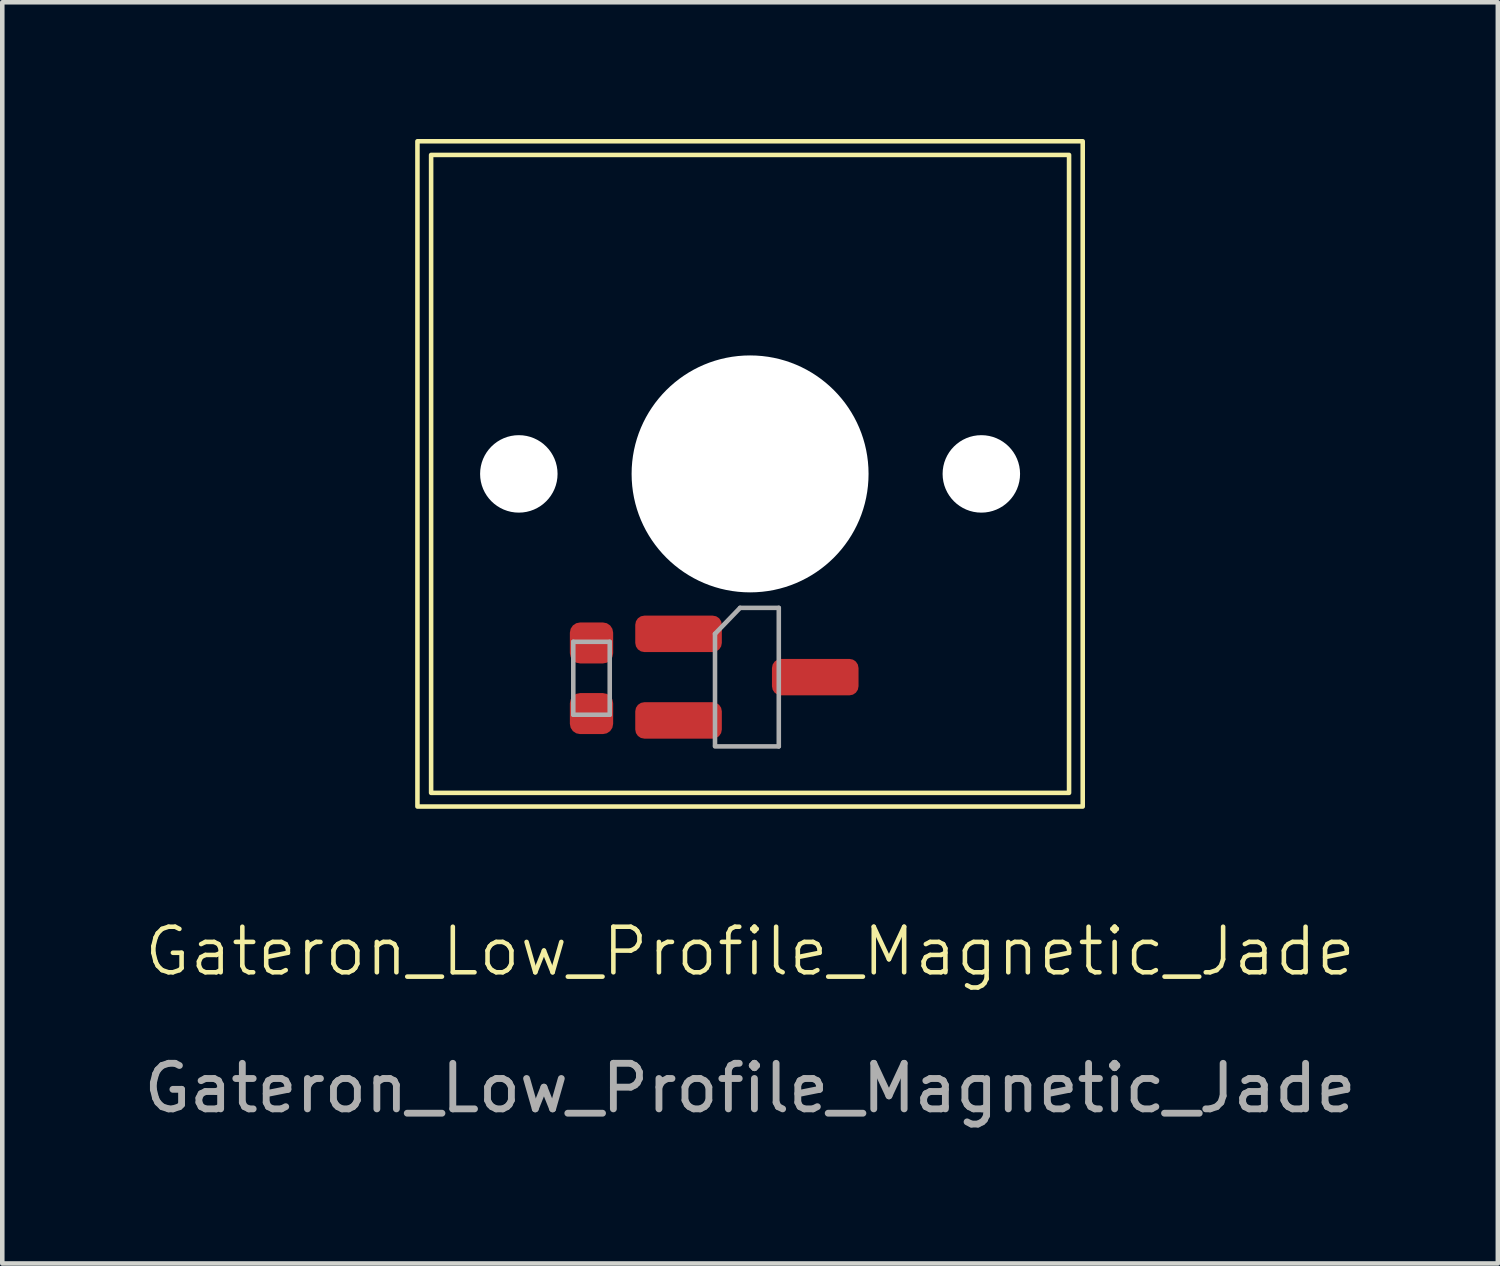
<source format=kicad_pcb>
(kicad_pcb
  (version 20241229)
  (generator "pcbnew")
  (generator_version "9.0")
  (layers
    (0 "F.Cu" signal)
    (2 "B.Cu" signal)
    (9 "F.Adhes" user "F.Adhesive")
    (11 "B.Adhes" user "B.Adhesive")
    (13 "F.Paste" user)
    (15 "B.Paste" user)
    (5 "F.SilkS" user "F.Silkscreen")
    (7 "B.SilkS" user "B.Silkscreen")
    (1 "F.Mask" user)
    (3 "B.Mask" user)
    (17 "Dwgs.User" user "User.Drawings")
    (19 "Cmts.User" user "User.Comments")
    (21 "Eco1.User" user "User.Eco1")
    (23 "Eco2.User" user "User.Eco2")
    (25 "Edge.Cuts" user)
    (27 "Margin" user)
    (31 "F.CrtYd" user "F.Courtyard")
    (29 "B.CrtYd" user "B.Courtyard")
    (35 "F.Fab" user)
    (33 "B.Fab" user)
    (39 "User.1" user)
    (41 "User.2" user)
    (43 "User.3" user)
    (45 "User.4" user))
  (footprint "Gateron_Low_Profile_Magnetic_Jade"
    (layer "F.Cu")
    (at 13.411 7.35)
    (property "Reference" "Gateron_Low_Profile_Magnetic_Jade" (at 0 10.48 0) (unlocked yes) (layer "F.SilkS") (effects (font (size 1 1) (thickness 0.1))))
    (attr smd)
    (fp_rect (start -7.3 -7.3) (end 7.3 7.3) (stroke (width 0.1) (type solid)) (fill no) (layer "F.SilkS"))
    (fp_rect (start -7 -7) (end 7 7) (stroke (width 0.1) (type solid)) (fill no) (layer "F.SilkS"))
    (fp_line (start -3.88 3.685) (end -3.08 3.685) (stroke (width 0.1) (type solid)) (layer "F.Fab"))
    (fp_line (start -3.88 5.285) (end -3.88 3.685) (stroke (width 0.1) (type solid)) (layer "F.Fab"))
    (fp_line (start -3.08 3.685) (end -3.08 5.285) (stroke (width 0.1) (type solid)) (layer "F.Fab"))
    (fp_line (start -3.08 5.285) (end -3.88 5.285) (stroke (width 0.1) (type solid)) (layer "F.Fab"))
    (fp_line (start -0.77 3.51) (end -0.77 5.96) (stroke (width 0.1) (type solid)) (layer "F.Fab"))
    (fp_line (start -0.77 3.51) (end -0.22 2.94) (stroke (width 0.1) (type solid)) (layer "F.Fab"))
    (fp_line (start -0.77 5.98) (end 0.63 5.98) (stroke (width 0.1) (type solid)) (layer "F.Fab"))
    (fp_line (start -0.22 2.94) (end 0.63 2.94) (stroke (width 0.1) (type solid)) (layer "F.Fab"))
    (fp_line (start 0.63 2.94) (end 0.63 5.98) (stroke (width 0.1) (type solid)) (layer "F.Fab"))
    (fp_text user "${REFERENCE}" (at 0 13.48 0) (unlocked yes) (layer "F.Fab") (effects (font (size 1 1) (thickness 0.15))))
    (pad "" np_thru_hole circle (at -5.075 0) (size 1.7 1.7) (drill 1.7) (layers "*.Cu"))
    (pad "" np_thru_hole circle (at 0 0) (size 5.2 5.2) (drill 5.2) (layers "*.Cu"))
    (pad "" np_thru_hole circle (at 5.075 0) (size 1.7 1.7) (drill 1.7) (layers "*.Cu"))
    (pad "1" smd roundrect (at -1.57 3.51) (size 1.9 0.8) (layers "F.Cu" "F.Mask" "F.Paste") (roundrect_rratio 0.25))
    (pad "2" smd roundrect (at -1.57 5.41) (size 1.9 0.8) (layers "F.Cu" "F.Mask" "F.Paste") (roundrect_rratio 0.25))
    (pad "3" smd roundrect (at 1.43 4.46) (size 1.9 0.8) (layers "F.Cu" "F.Mask" "F.Paste") (roundrect_rratio 0.25))
    (pad "4" smd roundrect (at -3.48 3.71 270) (size 0.9 0.95) (layers "F.Cu" "F.Mask" "F.Paste") (roundrect_rratio 0.25))
    (pad "5" smd roundrect (at -3.48 5.26 270) (size 0.9 0.95) (layers "F.Cu" "F.Mask" "F.Paste") (roundrect_rratio 0.25)))
  (gr_rect
    (start -3 -3)
    (end 29.821 24.678)
    (stroke (width 0.1) (type default))
    (fill no)
    (layer "Edge.Cuts")))
</source>
